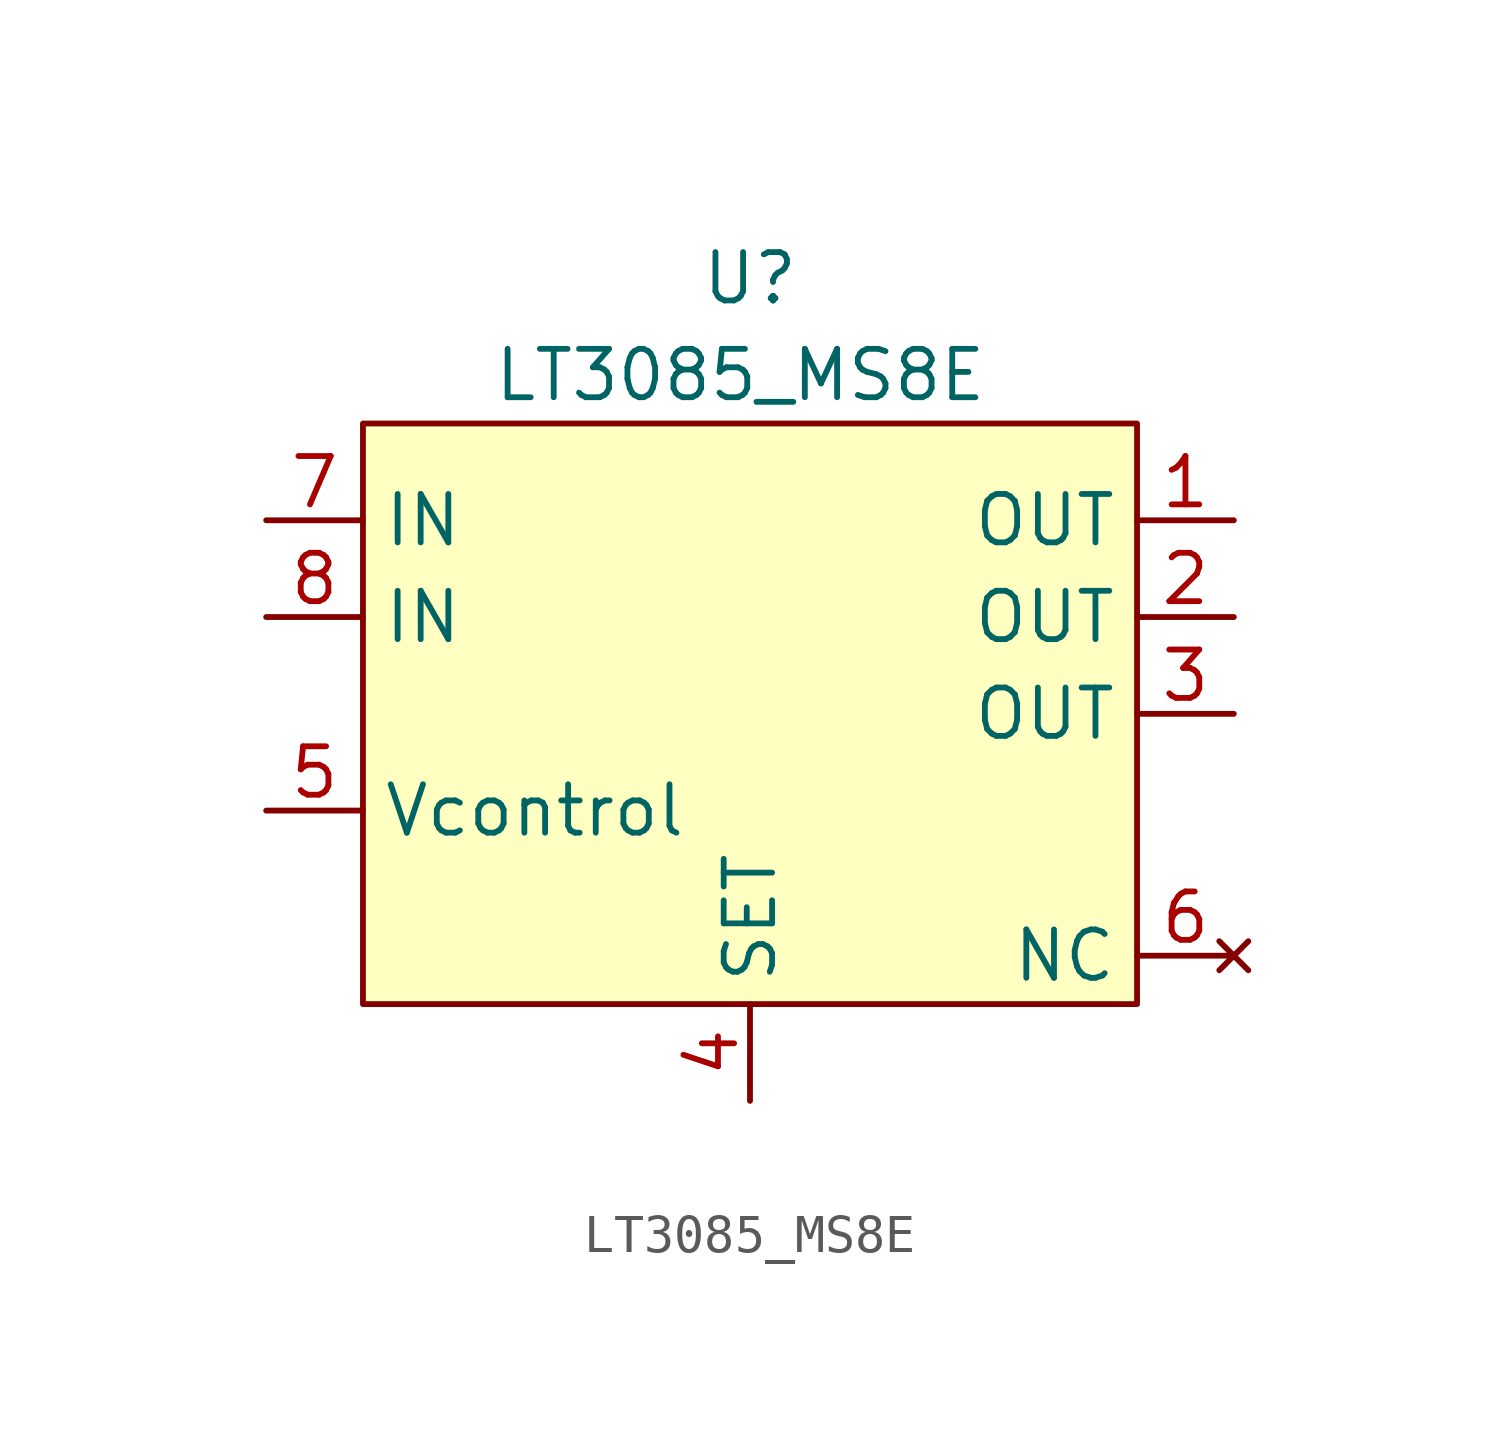
<source format=kicad_sym>
(kicad_symbol_lib
  (version 20231120)
  (generator "kicad_symbol_editor")
  (generator_version "8.0")
  (symbol "LT3085_MS8E"
    (property "Reference" "U"
      (at 0 11.43 0)
      (effects (font (size 1.27 1.27))))
    (property "Value" "LT3085_MS8E"
      (at -0.254 8.89 0)
      (effects (font (size 1.27 1.27))))
    (symbol "LT3085_MS8E_1_1"
      (rectangle (start -10.16 7.62) (end 10.16 -7.62) (stroke (width 0) (type default)) (fill (type background)))
      (pin power_out line (at 12.7 5.08 180) (length 2.54) (name "OUT" (effects (font (size 1.27 1.27)))) (number "1" (effects (font (size 1.27 1.27)))))
      (pin power_out line (at 12.7 2.54 180) (length 2.54) (name "OUT" (effects (font (size 1.27 1.27)))) (number "2" (effects (font (size 1.27 1.27)))))
      (pin power_out line (at 12.7 0 180) (length 2.54) (name "OUT" (effects (font (size 1.27 1.27)))) (number "3" (effects (font (size 1.27 1.27)))))
      (pin input line (at 0 -10.16 90) (length 2.54) (name "SET" (effects (font (size 1.27 1.27)))) (number "4" (effects (font (size 1.27 1.27)))))
      (pin power_in line (at -12.7 -2.54 0) (length 2.54) (name "Vcontrol" (effects (font (size 1.27 1.27)))) (number "5" (effects (font (size 1.27 1.27)))))
      (pin no_connect line (at 12.7 -6.35 180) (length 2.54) (name "NC" (effects (font (size 1.27 1.27)))) (number "6" (effects (font (size 1.27 1.27)))))
      (pin power_in line (at -12.7 5.08 0) (length 2.54) (name "IN" (effects (font (size 1.27 1.27)))) (number "7" (effects (font (size 1.27 1.27)))))
      (pin power_in line (at -12.7 2.54 0) (length 2.54) (name "IN" (effects (font (size 1.27 1.27)))) (number "8" (effects (font (size 1.27 1.27))))))))
</source>
